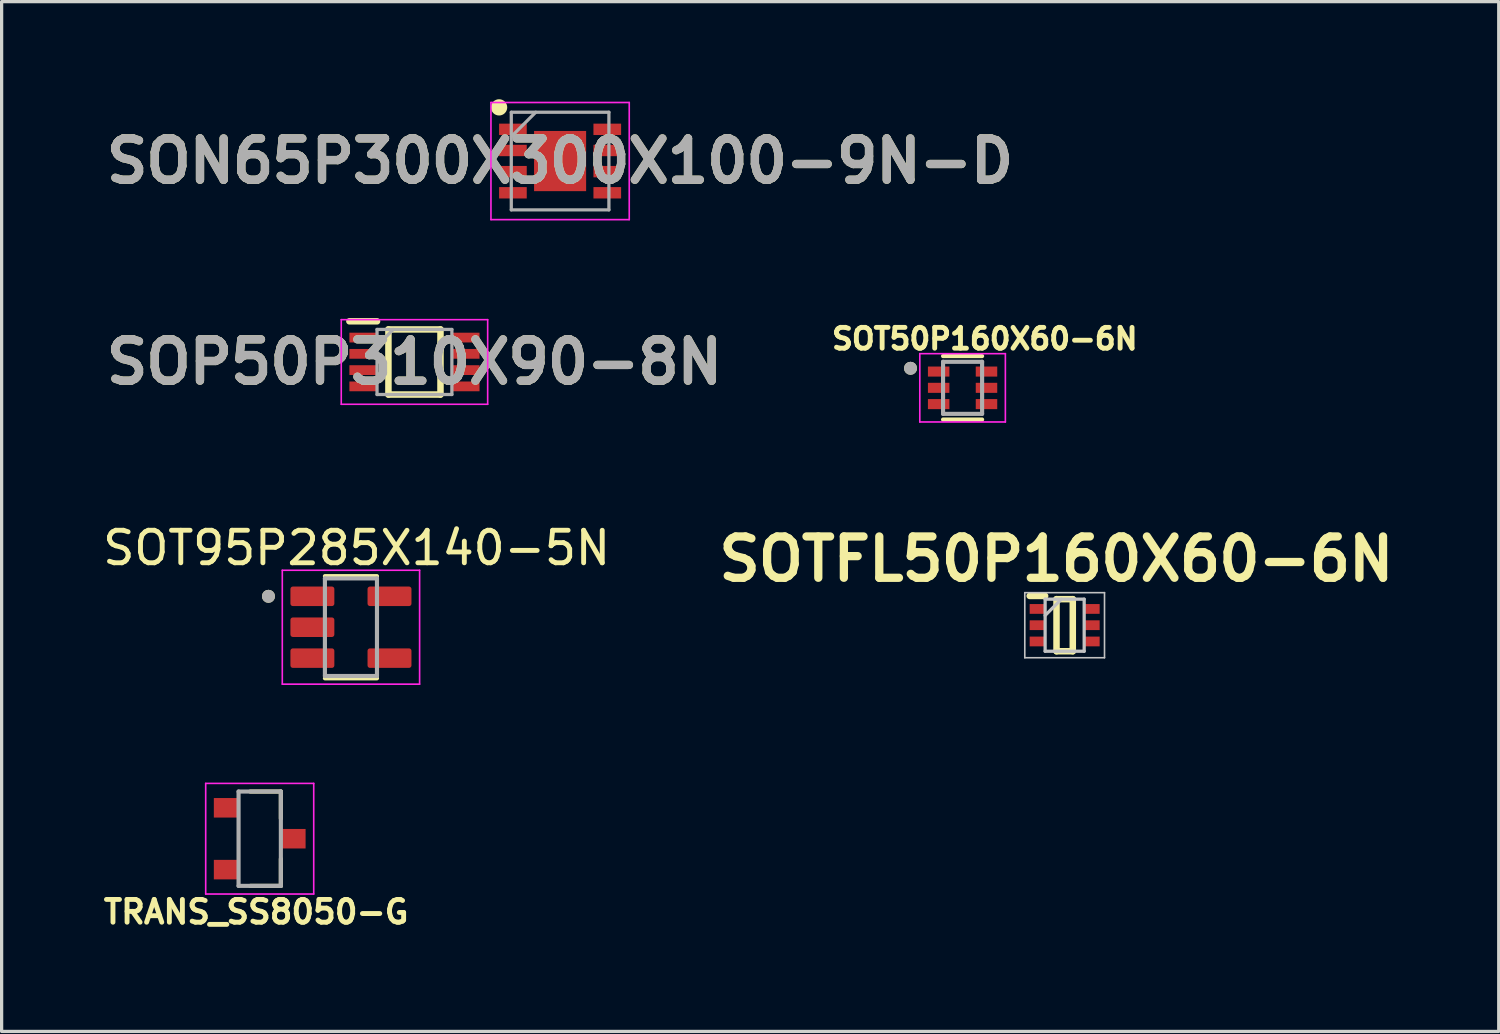
<source format=kicad_pcb>
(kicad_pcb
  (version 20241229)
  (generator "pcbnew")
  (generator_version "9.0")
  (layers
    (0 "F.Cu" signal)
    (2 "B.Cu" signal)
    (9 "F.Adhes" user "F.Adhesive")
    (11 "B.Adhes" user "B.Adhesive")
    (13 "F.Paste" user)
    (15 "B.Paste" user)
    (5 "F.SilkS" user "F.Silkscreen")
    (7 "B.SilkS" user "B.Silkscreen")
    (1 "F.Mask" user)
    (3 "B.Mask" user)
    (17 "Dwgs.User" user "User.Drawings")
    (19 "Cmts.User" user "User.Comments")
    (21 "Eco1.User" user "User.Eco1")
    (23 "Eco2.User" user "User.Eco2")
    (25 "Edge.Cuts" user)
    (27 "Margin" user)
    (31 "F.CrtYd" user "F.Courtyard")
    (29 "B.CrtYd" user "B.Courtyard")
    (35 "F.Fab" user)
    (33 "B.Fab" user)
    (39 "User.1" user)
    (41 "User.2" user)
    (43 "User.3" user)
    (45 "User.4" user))
  (footprint "SOT95P285X140-5N"
    (layer "F.Cu")
    (at 7.736 16.227)
    (property "Reference" "SOT95P285X140-5N" (at 0.175 -2.435 0) (layer "F.SilkS") (effects (font (size 1 1) (thickness 0.15))))
    (attr smd)
    (fp_line (start -0.8 -1.57) (end 0.8 -1.57) (stroke (width 0.127) (type solid)) (layer "F.SilkS"))
    (fp_line (start -0.8 1.57) (end 0.8 1.57) (stroke (width 0.127) (type solid)) (layer "F.SilkS"))
    (fp_circle (center -2.535 -0.95) (end -2.435 -0.95) (stroke (width 0.2) (type solid)) (fill no) (layer "F.SilkS"))
    (fp_line (start -2.11 -1.75) (end -2.11 1.75) (stroke (width 0.05) (type solid)) (layer "F.CrtYd"))
    (fp_line (start -2.11 -1.75) (end 2.11 -1.75) (stroke (width 0.05) (type solid)) (layer "F.CrtYd"))
    (fp_line (start -2.11 1.75) (end 2.11 1.75) (stroke (width 0.05) (type solid)) (layer "F.CrtYd"))
    (fp_line (start 2.11 -1.75) (end 2.11 1.75) (stroke (width 0.05) (type solid)) (layer "F.CrtYd"))
    (fp_line (start -0.8 -1.5) (end -0.8 1.5) (stroke (width 0.127) (type solid)) (layer "F.Fab"))
    (fp_line (start -0.8 -1.5) (end 0.8 -1.5) (stroke (width 0.127) (type solid)) (layer "F.Fab"))
    (fp_line (start -0.8 1.5) (end 0.8 1.5) (stroke (width 0.127) (type solid)) (layer "F.Fab"))
    (fp_line (start 0.8 -1.5) (end 0.8 1.5) (stroke (width 0.127) (type solid)) (layer "F.Fab"))
    (fp_circle (center -2.535 -0.95) (end -2.435 -0.95) (stroke (width 0.2) (type solid)) (fill no) (layer "F.Fab"))
    (pad "1" smd roundrect (at -1.185 -0.95) (size 1.35 0.6) (layers "F.Cu" "F.Mask" "F.Paste") (roundrect_rratio 0.125))
    (pad "2" smd roundrect (at -1.185 0) (size 1.35 0.6) (layers "F.Cu" "F.Mask" "F.Paste") (roundrect_rratio 0.125))
    (pad "3" smd roundrect (at -1.185 0.95) (size 1.35 0.6) (layers "F.Cu" "F.Mask" "F.Paste") (roundrect_rratio 0.125))
    (pad "4" smd roundrect (at 1.185 0.95) (size 1.35 0.6) (layers "F.Cu" "F.Mask" "F.Paste") (roundrect_rratio 0.125))
    (pad "5" smd roundrect (at 1.185 -0.95) (size 1.35 0.6) (layers "F.Cu" "F.Mask" "F.Paste") (roundrect_rratio 0.125)))
  (footprint "SOTFL50P160X60-6N"
    (layer "F.Cu")
    (at 29.671 16.165)
    (property "Reference" "SOTFL50P160X60-6N" (at -0.254 -2.032 0) (layer "F.SilkS") (effects (font (size 1.27 1.27) (thickness 0.254))))
    (attr smd)
    (fp_line (start -1.075 -0.9) (end -0.6 -0.9) (stroke (width 0.2) (type solid)) (layer "F.SilkS"))
    (fp_line (start -0.25 -0.8) (end 0.25 -0.8) (stroke (width 0.2) (type solid)) (layer "F.SilkS"))
    (fp_line (start -0.25 0.8) (end -0.25 -0.8) (stroke (width 0.2) (type solid)) (layer "F.SilkS"))
    (fp_line (start 0.25 -0.8) (end 0.25 0.8) (stroke (width 0.2) (type solid)) (layer "F.SilkS"))
    (fp_line (start 0.25 0.8) (end -0.25 0.8) (stroke (width 0.2) (type solid)) (layer "F.SilkS"))
    (fp_line (start -1.225 -1) (end 1.225 -1) (stroke (width 0.05) (type solid)) (layer "Dwgs.User"))
    (fp_line (start -1.225 1) (end -1.225 -1) (stroke (width 0.05) (type solid)) (layer "Dwgs.User"))
    (fp_line (start -0.6 -0.8) (end 0.6 -0.8) (stroke (width 0.1) (type solid)) (layer "Dwgs.User"))
    (fp_line (start -0.6 -0.3) (end -0.1 -0.8) (stroke (width 0.1) (type solid)) (layer "Dwgs.User"))
    (fp_line (start -0.6 0.8) (end -0.6 -0.8) (stroke (width 0.1) (type solid)) (layer "Dwgs.User"))
    (fp_line (start 0.6 -0.8) (end 0.6 0.8) (stroke (width 0.1) (type solid)) (layer "Dwgs.User"))
    (fp_line (start 0.6 0.8) (end -0.6 0.8) (stroke (width 0.1) (type solid)) (layer "Dwgs.User"))
    (fp_line (start 1.225 -1) (end 1.225 1) (stroke (width 0.05) (type solid)) (layer "Dwgs.User"))
    (fp_line (start 1.225 1) (end -1.225 1) (stroke (width 0.05) (type solid)) (layer "Dwgs.User"))
    (pad "1" smd rect (at -0.838 -0.5 90) (size 0.3 0.475) (layers "F.Cu" "F.Mask" "F.Paste"))
    (pad "2" smd rect (at -0.838 0 90) (size 0.3 0.475) (layers "F.Cu" "F.Mask" "F.Paste"))
    (pad "3" smd rect (at -0.838 0.5 90) (size 0.3 0.475) (layers "F.Cu" "F.Mask" "F.Paste"))
    (pad "4" smd rect (at 0.838 0.5 90) (size 0.3 0.475) (layers "F.Cu" "F.Mask" "F.Paste"))
    (pad "5" smd rect (at 0.838 0 90) (size 0.3 0.475) (layers "F.Cu" "F.Mask" "F.Paste"))
    (pad "6" smd rect (at 0.838 -0.5 90) (size 0.3 0.475) (layers "F.Cu" "F.Mask" "F.Paste")))
  (footprint "SOT50P160X60-6N"
    (layer "F.Cu")
    (at 26.534 8.869)
    (property "Reference" "SOT50P160X60-6N" (at 0.682 -1.506 0) (layer "F.SilkS") (effects (font (size 0.64 0.64) (thickness 0.15))))
    (attr smd)
    (fp_line (start -0.6 -0.975) (end 0.6 -0.975) (stroke (width 0.127) (type solid)) (layer "F.SilkS"))
    (fp_line (start -0.6 0.975) (end 0.6 0.975) (stroke (width 0.127) (type solid)) (layer "F.SilkS"))
    (fp_circle (center -1.6 -0.6) (end -1.5 -0.6) (stroke (width 0.2) (type solid)) (fill no) (layer "F.SilkS"))
    (fp_line (start -1.315 -1.05) (end 1.315 -1.05) (stroke (width 0.05) (type solid)) (layer "F.CrtYd"))
    (fp_line (start -1.315 1.05) (end -1.315 -1.05) (stroke (width 0.05) (type solid)) (layer "F.CrtYd"))
    (fp_line (start 1.315 -1.05) (end 1.315 1.05) (stroke (width 0.05) (type solid)) (layer "F.CrtYd"))
    (fp_line (start 1.315 1.05) (end -1.315 1.05) (stroke (width 0.05) (type solid)) (layer "F.CrtYd"))
    (fp_line (start -0.6 -0.8) (end 0.6 -0.8) (stroke (width 0.127) (type solid)) (layer "F.Fab"))
    (fp_line (start -0.6 0.8) (end -0.6 -0.8) (stroke (width 0.127) (type solid)) (layer "F.Fab"))
    (fp_line (start 0.6 -0.8) (end 0.6 0.8) (stroke (width 0.127) (type solid)) (layer "F.Fab"))
    (fp_line (start 0.6 0.8) (end -0.6 0.8) (stroke (width 0.127) (type solid)) (layer "F.Fab"))
    (fp_circle (center -1.6 -0.6) (end -1.5 -0.6) (stroke (width 0.2) (type solid)) (fill no) (layer "F.Fab"))
    (pad "1" smd roundrect (at -0.735 -0.5) (size 0.66 0.31) (layers "F.Cu" "F.Mask" "F.Paste") (roundrect_rratio 0.02))
    (pad "2" smd roundrect (at -0.735 0) (size 0.66 0.31) (layers "F.Cu" "F.Mask" "F.Paste") (roundrect_rratio 0.02))
    (pad "3" smd roundrect (at -0.735 0.5) (size 0.66 0.31) (layers "F.Cu" "F.Mask" "F.Paste") (roundrect_rratio 0.02))
    (pad "4" smd roundrect (at 0.735 0.5) (size 0.66 0.31) (layers "F.Cu" "F.Mask" "F.Paste") (roundrect_rratio 0.02))
    (pad "5" smd roundrect (at 0.735 0) (size 0.66 0.31) (layers "F.Cu" "F.Mask" "F.Paste") (roundrect_rratio 0.02))
    (pad "6" smd roundrect (at 0.735 -0.5) (size 0.66 0.31) (layers "F.Cu" "F.Mask" "F.Paste") (roundrect_rratio 0.02)))
  (footprint "SON65P300X300X100-9N-D"
    (layer "F.Cu")
    (at 14.164 1.9)
    (property "Reference" "SON65P300X300X100-9N-D" (at 0 0 0) (layer "F.SilkS") (effects (font (size 1.27 1.27) (thickness 0.254))))
    (attr smd)
    (fp_circle (center -1.875 -1.65) (end -1.875 -1.525) (stroke (width 0.25) (type solid)) (fill no) (layer "F.SilkS"))
    (fp_line (start -2.125 -1.8) (end 2.125 -1.8) (stroke (width 0.05) (type solid)) (layer "F.CrtYd"))
    (fp_line (start -2.125 1.8) (end -2.125 -1.8) (stroke (width 0.05) (type solid)) (layer "F.CrtYd"))
    (fp_line (start 2.125 -1.8) (end 2.125 1.8) (stroke (width 0.05) (type solid)) (layer "F.CrtYd"))
    (fp_line (start 2.125 1.8) (end -2.125 1.8) (stroke (width 0.05) (type solid)) (layer "F.CrtYd"))
    (fp_line (start -1.5 -1.5) (end 1.5 -1.5) (stroke (width 0.1) (type solid)) (layer "F.Fab"))
    (fp_line (start -1.5 -0.75) (end -0.75 -1.5) (stroke (width 0.1) (type solid)) (layer "F.Fab"))
    (fp_line (start -1.5 1.5) (end -1.5 -1.5) (stroke (width 0.1) (type solid)) (layer "F.Fab"))
    (fp_line (start 1.5 -1.5) (end 1.5 1.5) (stroke (width 0.1) (type solid)) (layer "F.Fab"))
    (fp_line (start 1.5 1.5) (end -1.5 1.5) (stroke (width 0.1) (type solid)) (layer "F.Fab"))
    (fp_text user "${REFERENCE}" (at 0 0 0) (layer "F.Fab") (effects (font (size 1.27 1.27) (thickness 0.254))))
    (pad "1" smd rect (at -1.45 -0.975 90) (size 0.35 0.85) (layers "F.Cu" "F.Mask" "F.Paste"))
    (pad "2" smd rect (at -1.45 -0.325 90) (size 0.35 0.85) (layers "F.Cu" "F.Mask" "F.Paste"))
    (pad "3" smd rect (at -1.45 0.325 90) (size 0.35 0.85) (layers "F.Cu" "F.Mask" "F.Paste"))
    (pad "4" smd rect (at -1.45 0.975 90) (size 0.35 0.85) (layers "F.Cu" "F.Mask" "F.Paste"))
    (pad "5" smd rect (at 1.45 0.975 90) (size 0.35 0.85) (layers "F.Cu" "F.Mask" "F.Paste"))
    (pad "6" smd rect (at 1.45 0.325 90) (size 0.35 0.85) (layers "F.Cu" "F.Mask" "F.Paste"))
    (pad "7" smd rect (at 1.45 -0.325 90) (size 0.35 0.85) (layers "F.Cu" "F.Mask" "F.Paste"))
    (pad "8" smd rect (at 1.45 -0.975 90) (size 0.35 0.85) (layers "F.Cu" "F.Mask" "F.Paste"))
    (pad "9" smd rect (at 0 0) (size 1.6 1.85) (layers "F.Cu" "F.Mask" "F.Paste")))
  (footprint "TRANS_SS8050-G"
    (layer "F.Cu")
    (at 4.932 22.727)
    (property "Reference" "TRANS_SS8050-G" (at -0.11 2.25 0) (layer "F.SilkS") (effects (font (size 0.7 0.7) (thickness 0.15))))
    (attr smd)
    (fp_line (start -0.29 -1.45) (end 0.65 -1.45) (stroke (width 0.127) (type solid)) (layer "F.SilkS"))
    (fp_line (start 0.65 -0.62) (end 0.65 -1.45) (stroke (width 0.127) (type solid)) (layer "F.SilkS"))
    (fp_line (start 0.65 1.45) (end -0.29 1.45) (stroke (width 0.127) (type solid)) (layer "F.SilkS"))
    (fp_line (start 0.65 1.45) (end 0.65 0.62) (stroke (width 0.127) (type solid)) (layer "F.SilkS"))
    (fp_line (start -1.66 -1.7) (end -1.66 1.7) (stroke (width 0.05) (type solid)) (layer "F.CrtYd"))
    (fp_line (start -1.66 1.7) (end 1.66 1.7) (stroke (width 0.05) (type solid)) (layer "F.CrtYd"))
    (fp_line (start 1.66 -1.7) (end -1.66 -1.7) (stroke (width 0.05) (type solid)) (layer "F.CrtYd"))
    (fp_line (start 1.66 1.7) (end 1.66 -1.7) (stroke (width 0.05) (type solid)) (layer "F.CrtYd"))
    (fp_line (start -0.65 -1.45) (end -0.65 1.45) (stroke (width 0.127) (type solid)) (layer "F.Fab"))
    (fp_line (start -0.65 -1.45) (end 0.65 -1.45) (stroke (width 0.127) (type solid)) (layer "F.Fab"))
    (fp_line (start 0.65 1.45) (end -0.65 1.45) (stroke (width 0.127) (type solid)) (layer "F.Fab"))
    (fp_line (start 0.65 1.45) (end 0.65 -1.45) (stroke (width 0.127) (type solid)) (layer "F.Fab"))
    (pad "1" smd rect (at -1.01 -0.95) (size 0.8 0.6) (layers "F.Cu" "F.Mask" "F.Paste"))
    (pad "2" smd rect (at -1.01 0.95) (size 0.8 0.6) (layers "F.Cu" "F.Mask" "F.Paste"))
    (pad "3" smd rect (at 1.01 0) (size 0.8 0.6) (layers "F.Cu" "F.Mask" "F.Paste")))
  (footprint "SOP50P310X90-8N"
    (layer "F.Cu")
    (at 9.688 8.075)
    (property "Reference" "SOP50P310X90-8N" (at 0 0 0) (layer "F.SilkS") (effects (font (size 1.27 1.27) (thickness 0.254))))
    (attr smd)
    (fp_line (start -2 -1.25) (end -1.15 -1.25) (stroke (width 0.2) (type solid)) (layer "F.SilkS"))
    (fp_line (start -0.8 -1) (end 0.8 -1) (stroke (width 0.2) (type solid)) (layer "F.SilkS"))
    (fp_line (start -0.8 1) (end -0.8 -1) (stroke (width 0.2) (type solid)) (layer "F.SilkS"))
    (fp_line (start 0.8 -1) (end 0.8 1) (stroke (width 0.2) (type solid)) (layer "F.SilkS"))
    (fp_line (start 0.8 1) (end -0.8 1) (stroke (width 0.2) (type solid)) (layer "F.SilkS"))
    (fp_line (start -2.25 -1.3) (end 2.25 -1.3) (stroke (width 0.05) (type solid)) (layer "F.CrtYd"))
    (fp_line (start -2.25 1.3) (end -2.25 -1.3) (stroke (width 0.05) (type solid)) (layer "F.CrtYd"))
    (fp_line (start 2.25 -1.3) (end 2.25 1.3) (stroke (width 0.05) (type solid)) (layer "F.CrtYd"))
    (fp_line (start 2.25 1.3) (end -2.25 1.3) (stroke (width 0.05) (type solid)) (layer "F.CrtYd"))
    (fp_line (start -1.15 -1) (end 1.15 -1) (stroke (width 0.1) (type solid)) (layer "F.Fab"))
    (fp_line (start -1.15 -0.5) (end -0.65 -1) (stroke (width 0.1) (type solid)) (layer "F.Fab"))
    (fp_line (start -1.15 1) (end -1.15 -1) (stroke (width 0.1) (type solid)) (layer "F.Fab"))
    (fp_line (start 1.15 -1) (end 1.15 1) (stroke (width 0.1) (type solid)) (layer "F.Fab"))
    (fp_line (start 1.15 1) (end -1.15 1) (stroke (width 0.1) (type solid)) (layer "F.Fab"))
    (fp_text user "${REFERENCE}" (at 0 0 0) (layer "F.Fab") (effects (font (size 1.27 1.27) (thickness 0.254))))
    (pad "1" smd rect (at -1.575 -0.75 90) (size 0.3 0.85) (layers "F.Cu" "F.Mask" "F.Paste"))
    (pad "2" smd rect (at -1.575 -0.25 90) (size 0.3 0.85) (layers "F.Cu" "F.Mask" "F.Paste"))
    (pad "3" smd rect (at -1.575 0.25 90) (size 0.3 0.85) (layers "F.Cu" "F.Mask" "F.Paste"))
    (pad "4" smd rect (at -1.575 0.75 90) (size 0.3 0.85) (layers "F.Cu" "F.Mask" "F.Paste"))
    (pad "5" smd rect (at 1.575 0.75 90) (size 0.3 0.85) (layers "F.Cu" "F.Mask" "F.Paste"))
    (pad "6" smd rect (at 1.575 0.25 90) (size 0.3 0.85) (layers "F.Cu" "F.Mask" "F.Paste"))
    (pad "7" smd rect (at 1.575 -0.25 90) (size 0.3 0.85) (layers "F.Cu" "F.Mask" "F.Paste"))
    (pad "8" smd rect (at 1.575 -0.75 90) (size 0.3 0.85) (layers "F.Cu" "F.Mask" "F.Paste")))
  (gr_rect
    (start -3 -3)
    (end 43.012 28.65)
    (stroke (width 0.1) (type default))
    (fill no)
    (layer "Edge.Cuts")))
</source>
